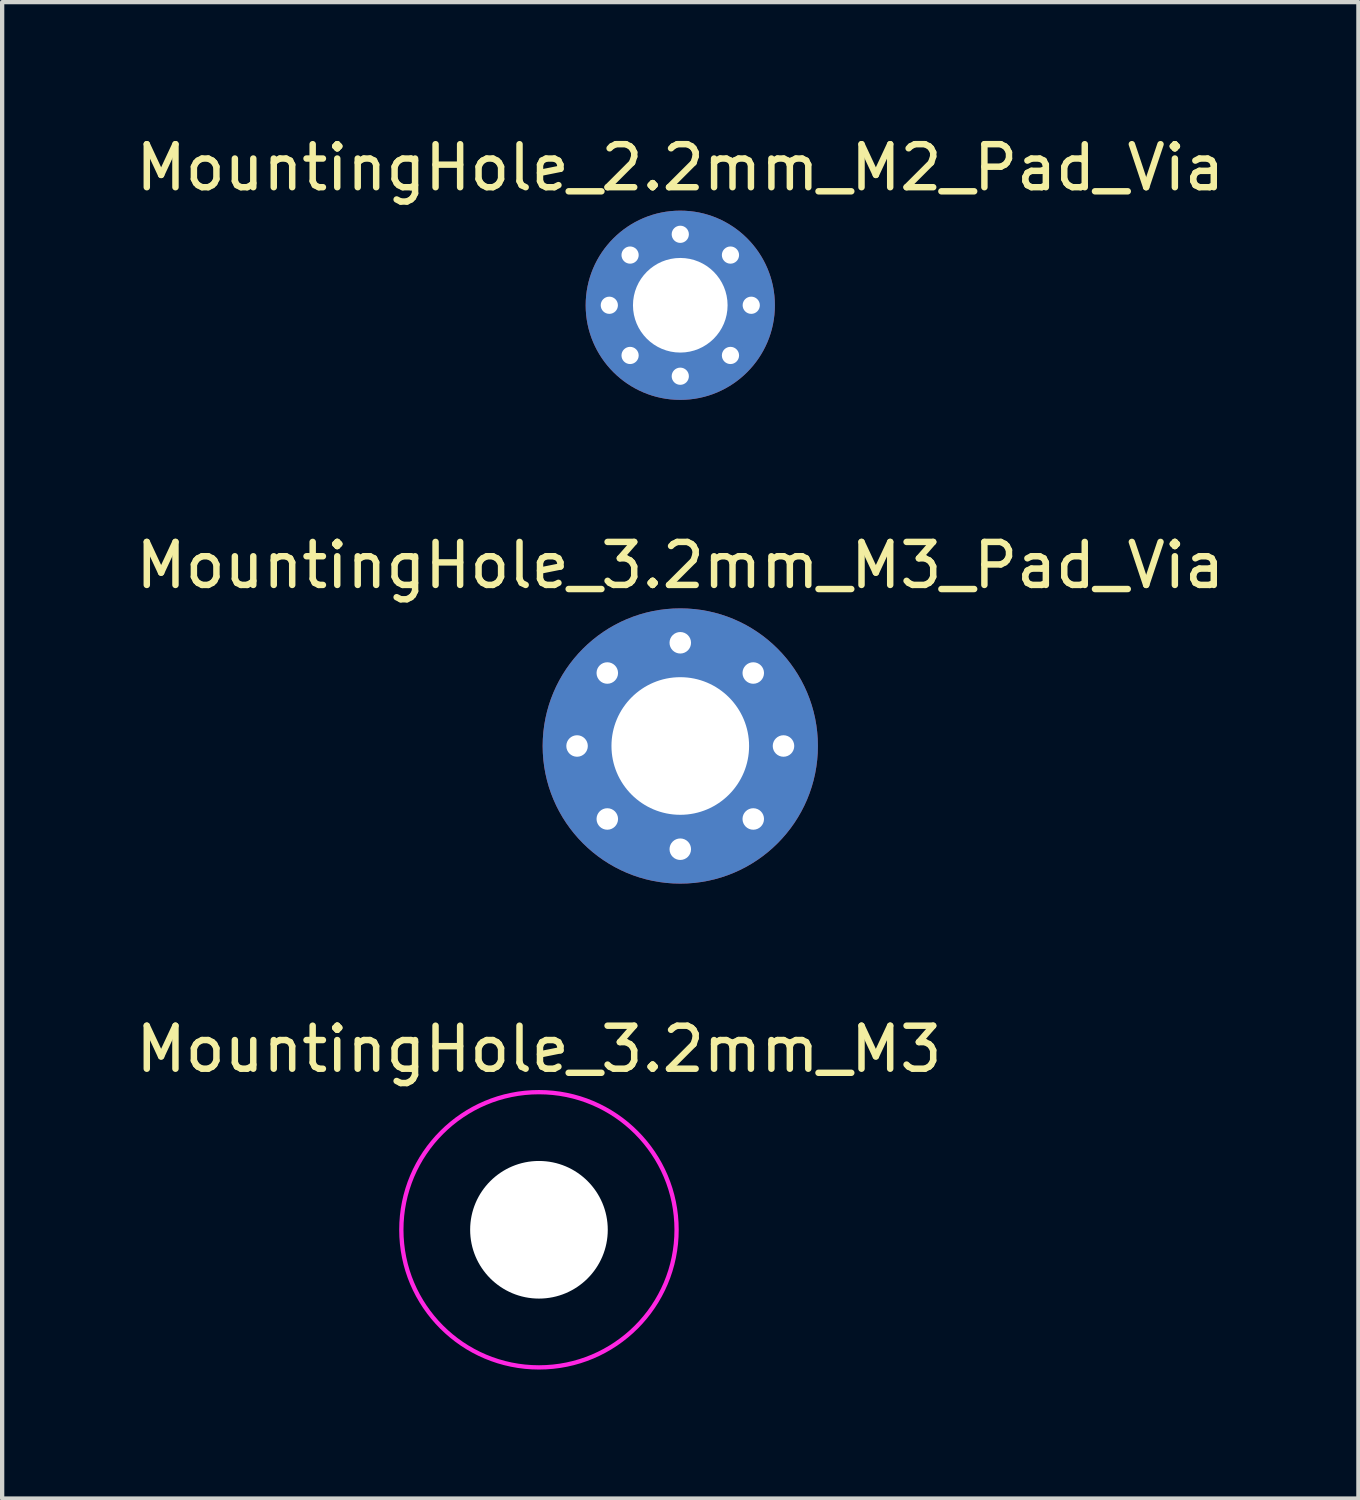
<source format=kicad_pcb>
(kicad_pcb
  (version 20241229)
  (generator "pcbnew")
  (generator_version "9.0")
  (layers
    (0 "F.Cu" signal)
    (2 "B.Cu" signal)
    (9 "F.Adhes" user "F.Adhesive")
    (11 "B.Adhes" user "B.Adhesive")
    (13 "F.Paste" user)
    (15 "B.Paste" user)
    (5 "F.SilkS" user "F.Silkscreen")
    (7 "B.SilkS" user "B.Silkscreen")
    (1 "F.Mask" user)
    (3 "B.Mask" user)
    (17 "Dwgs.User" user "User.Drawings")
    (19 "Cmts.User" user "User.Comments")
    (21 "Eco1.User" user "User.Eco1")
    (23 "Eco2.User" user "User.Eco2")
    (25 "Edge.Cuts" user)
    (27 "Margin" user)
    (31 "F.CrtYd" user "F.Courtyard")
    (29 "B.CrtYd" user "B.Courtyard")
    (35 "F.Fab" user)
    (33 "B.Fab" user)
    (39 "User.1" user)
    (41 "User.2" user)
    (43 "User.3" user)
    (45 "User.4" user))
  (footprint "MountingHole_3.2mm_M3_Pad_Via"
    (layer "F.Cu")
    (at 12.768 14.296)
    (property "Reference" "MountingHole_3.2mm_M3_Pad_Via" (at 0 -4.2 0) (layer "F.SilkS") (effects (font (size 1 1) (thickness 0.15))))
    (attr exclude_from_pos_files exclude_from_bom)
    (pad "" thru_hole circle (at -2.4 0) (size 0.8 0.8) (drill 0.5) (layers "*.Cu" "*.Mask"))
    (pad "" thru_hole circle (at -1.697 -1.697) (size 0.8 0.8) (drill 0.5) (layers "*.Cu" "*.Mask"))
    (pad "" thru_hole circle (at -1.697 1.697) (size 0.8 0.8) (drill 0.5) (layers "*.Cu" "*.Mask"))
    (pad "" thru_hole circle (at 0 -2.4) (size 0.8 0.8) (drill 0.5) (layers "*.Cu" "*.Mask"))
    (pad "" thru_hole circle (at 0 0) (size 6.4 6.4) (drill 3.2) (layers "*.Cu" "*.Mask"))
    (pad "" thru_hole circle (at 0 2.4) (size 0.8 0.8) (drill 0.5) (layers "*.Cu" "*.Mask"))
    (pad "" thru_hole circle (at 1.697 -1.697) (size 0.8 0.8) (drill 0.5) (layers "*.Cu" "*.Mask"))
    (pad "" thru_hole circle (at 1.697 1.697) (size 0.8 0.8) (drill 0.5) (layers "*.Cu" "*.Mask"))
    (pad "" thru_hole circle (at 2.4 0) (size 0.8 0.8) (drill 0.5) (layers "*.Cu" "*.Mask")))
  (footprint "MountingHole_3.2mm_M3"
    (layer "F.Cu")
    (at 9.482 25.545)
    (property "Reference" "MountingHole_3.2mm_M3" (at 0 -4.2 0) (layer "F.SilkS") (effects (font (size 1 1) (thickness 0.15))))
    (attr exclude_from_pos_files exclude_from_bom)
    (fp_circle (center 0 0) (end 3.2 0) (stroke (width 0.1) (type solid)) (fill no) (layer "F.CrtYd"))
    (pad "" np_thru_hole circle (at 0 0) (size 3.2 3.2) (drill 3.2) (layers "*.Cu" "*.Mask")))
  (footprint "MountingHole_2.2mm_M2_Pad_Via"
    (layer "F.Cu")
    (at 12.768 4.048)
    (property "Reference" "MountingHole_2.2mm_M2_Pad_Via" (at 0 -3.2 0) (layer "F.SilkS") (effects (font (size 1 1) (thickness 0.15))))
    (attr exclude_from_pos_files exclude_from_bom)
    (pad "" thru_hole circle (at -1.65 0) (size 0.7 0.7) (drill 0.4) (layers "*.Cu" "*.Mask"))
    (pad "" thru_hole circle (at -1.167 -1.167) (size 0.7 0.7) (drill 0.4) (layers "*.Cu" "*.Mask"))
    (pad "" thru_hole circle (at -1.167 1.167) (size 0.7 0.7) (drill 0.4) (layers "*.Cu" "*.Mask"))
    (pad "" thru_hole circle (at 0 -1.65) (size 0.7 0.7) (drill 0.4) (layers "*.Cu" "*.Mask"))
    (pad "" thru_hole circle (at 0 0) (size 4.4 4.4) (drill 2.2) (layers "*.Cu" "*.Mask"))
    (pad "" thru_hole circle (at 0 1.65) (size 0.7 0.7) (drill 0.4) (layers "*.Cu" "*.Mask"))
    (pad "" thru_hole circle (at 1.167 -1.167) (size 0.7 0.7) (drill 0.4) (layers "*.Cu" "*.Mask"))
    (pad "" thru_hole circle (at 1.167 1.167) (size 0.7 0.7) (drill 0.4) (layers "*.Cu" "*.Mask"))
    (pad "" thru_hole circle (at 1.65 0) (size 0.7 0.7) (drill 0.4) (layers "*.Cu" "*.Mask")))
  (gr_rect
    (start -3 -3)
    (end 28.536 31.795)
    (stroke (width 0.1) (type default))
    (fill no)
    (layer "Edge.Cuts")))
</source>
